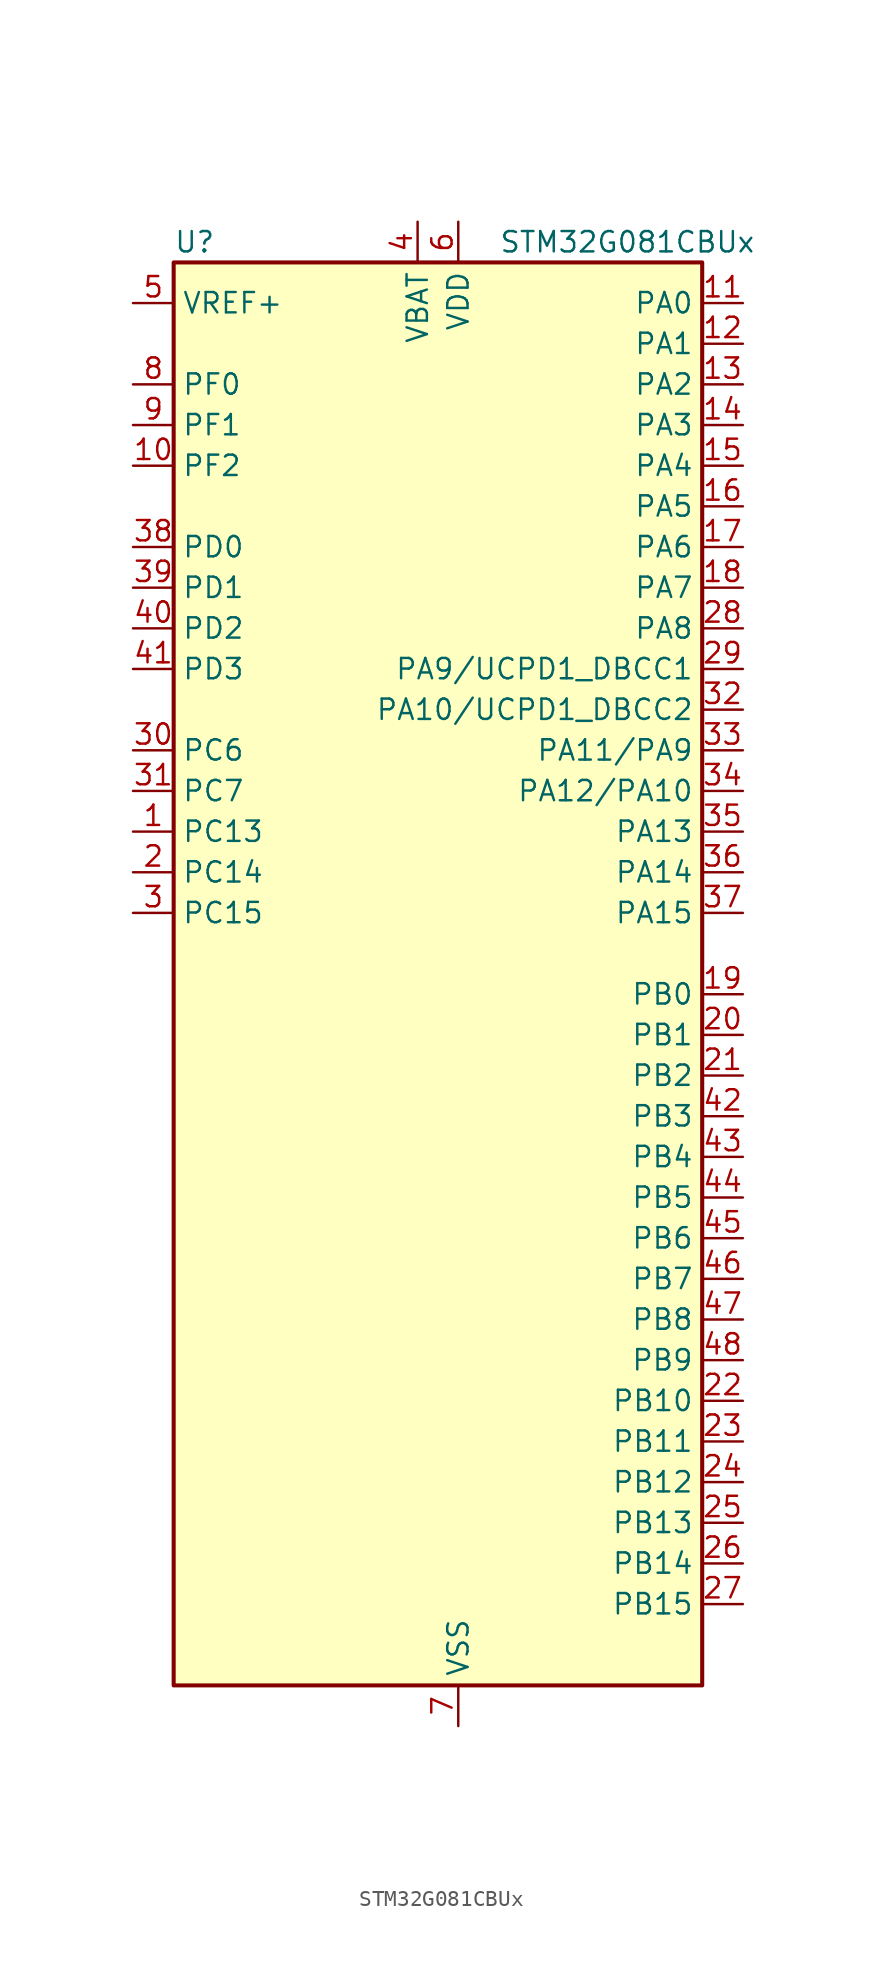
<source format=kicad_sym>
(kicad_symbol_lib
  (version 20211014)
  (generator kicad-library-utils)
  (symbol "STM32G081CBUx"
    (property "Reference" "U"
      (at -15.24 46.99 0)
      (effects (font (size 1.27 1.27)) (justify left)))
    (property "Value" "STM32G081CBUx"
      (at 5.08 46.99 0)
      (effects (font (size 1.27 1.27)) (justify left)))
    (property "ki_fp_filters" "QFN*1EP*7x7mm*P0.5mm*"
      (at 0.0 0.0 0.0)
      (effects (font (size 1.27 1.27))))
    (symbol "STM32G081CBUx_0_1"
      (rectangle (start -15.24 -43.18) (end 17.78 45.72) (stroke (width 0.254)) (fill (type background))))
    (symbol "STM32G081CBUx_1_1"
      (pin input line (at -17.78 43.18 0) (length 2.54) (name "VREF+" (effects (font (size 1.27 1.27)))) (number "5" (effects (font (size 1.27 1.27)))) (alternate "VREFBUF_OUT" bidirectional line))
      (pin bidirectional line (at -17.78 38.1 0) (length 2.54) (name "PF0" (effects (font (size 1.27 1.27)))) (number "8" (effects (font (size 1.27 1.27)))) (alternate "RCC_OSC_IN" bidirectional line) (alternate "TIM14_CH1" bidirectional line))
      (pin bidirectional line (at -17.78 35.56 0) (length 2.54) (name "PF1" (effects (font (size 1.27 1.27)))) (number "9" (effects (font (size 1.27 1.27)))) (alternate "RCC_OSC_EN" bidirectional line) (alternate "RCC_OSC_OUT" bidirectional line) (alternate "TIM15_CH1N" bidirectional line))
      (pin bidirectional line (at -17.78 33.02 0) (length 2.54) (name "PF2" (effects (font (size 1.27 1.27)))) (number "10" (effects (font (size 1.27 1.27)))) (alternate "RCC_MCO" bidirectional line))
      (pin bidirectional line (at -17.78 27.94 0) (length 2.54) (name "PD0" (effects (font (size 1.27 1.27)))) (number "38" (effects (font (size 1.27 1.27)))) (alternate "SPI2_NSS" bidirectional line) (alternate "TIM16_CH1" bidirectional line) (alternate "UCPD2_CC1" bidirectional line))
      (pin bidirectional line (at -17.78 25.4 0) (length 2.54) (name "PD1" (effects (font (size 1.27 1.27)))) (number "39" (effects (font (size 1.27 1.27)))) (alternate "SPI2_SCK" bidirectional line) (alternate "TIM17_CH1" bidirectional line) (alternate "UCPD2_DBCC1" bidirectional line))
      (pin bidirectional line (at -17.78 22.86 0) (length 2.54) (name "PD2" (effects (font (size 1.27 1.27)))) (number "40" (effects (font (size 1.27 1.27)))) (alternate "TIM1_CH1N" bidirectional line) (alternate "TIM3_ETR" bidirectional line) (alternate "UCPD2_CC2" bidirectional line) (alternate "USART3_CK" bidirectional line) (alternate "USART3_DE" bidirectional line) (alternate "USART3_RTS" bidirectional line))
      (pin bidirectional line (at -17.78 20.32 0) (length 2.54) (name "PD3" (effects (font (size 1.27 1.27)))) (number "41" (effects (font (size 1.27 1.27)))) (alternate "SPI2_MISO" bidirectional line) (alternate "TIM1_CH2N" bidirectional line) (alternate "UCPD2_DBCC2" bidirectional line) (alternate "USART2_CTS" bidirectional line) (alternate "USART2_NSS" bidirectional line))
      (pin bidirectional line (at -17.78 15.24 0) (length 2.54) (name "PC6" (effects (font (size 1.27 1.27)))) (number "30" (effects (font (size 1.27 1.27)))) (alternate "TIM2_CH3" bidirectional line) (alternate "TIM3_CH1" bidirectional line) (alternate "UCPD1_FRSTX1" bidirectional line) (alternate "UCPD1_FRSTX2" bidirectional line))
      (pin bidirectional line (at -17.78 12.7 0) (length 2.54) (name "PC7" (effects (font (size 1.27 1.27)))) (number "31" (effects (font (size 1.27 1.27)))) (alternate "TIM2_CH4" bidirectional line) (alternate "TIM3_CH2" bidirectional line) (alternate "UCPD2_FRSTX1" bidirectional line) (alternate "UCPD2_FRSTX2" bidirectional line))
      (pin bidirectional line (at -17.78 10.16 0) (length 2.54) (name "PC13" (effects (font (size 1.27 1.27)))) (number "1" (effects (font (size 1.27 1.27)))) (alternate "RTC_OUT_ALARM" bidirectional line) (alternate "RTC_OUT_CALIB" bidirectional line) (alternate "RTC_TAMP_IN1" bidirectional line) (alternate "RTC_TS" bidirectional line) (alternate "SYS_WKUP2" bidirectional line) (alternate "TIM1_BK" bidirectional line))
      (pin bidirectional line (at -17.78 7.62 0) (length 2.54) (name "PC14" (effects (font (size 1.27 1.27)))) (number "2" (effects (font (size 1.27 1.27)))) (alternate "RCC_OSC32_IN" bidirectional line) (alternate "TIM1_BK2" bidirectional line))
      (pin bidirectional line (at -17.78 5.08 0) (length 2.54) (name "PC15" (effects (font (size 1.27 1.27)))) (number "3" (effects (font (size 1.27 1.27)))) (alternate "RCC_OSC32_EN" bidirectional line) (alternate "RCC_OSC32_OUT" bidirectional line) (alternate "RCC_OSC_EN" bidirectional line) (alternate "TIM15_BK" bidirectional line))
      (pin bidirectional line (at 20.32 43.18 180) (length 2.54) (name "PA0" (effects (font (size 1.27 1.27)))) (number "11" (effects (font (size 1.27 1.27)))) (alternate "ADC1_IN0" bidirectional line) (alternate "COMP1_INM" bidirectional line) (alternate "COMP1_OUT" bidirectional line) (alternate "LPTIM1_OUT" bidirectional line) (alternate "RTC_TAMP_IN2" bidirectional line) (alternate "SPI2_SCK" bidirectional line) (alternate "SYS_WKUP1" bidirectional line) (alternate "TIM2_CH1" bidirectional line) (alternate "TIM2_ETR" bidirectional line) (alternate "UCPD2_FRSTX1" bidirectional line) (alternate "UCPD2_FRSTX2" bidirectional line) (alternate "USART2_CTS" bidirectional line) (alternate "USART2_NSS" bidirectional line) (alternate "USART4_TX" bidirectional line))
      (pin bidirectional line (at 20.32 40.64 180) (length 2.54) (name "PA1" (effects (font (size 1.27 1.27)))) (number "12" (effects (font (size 1.27 1.27)))) (alternate "ADC1_IN1" bidirectional line) (alternate "COMP1_INP" bidirectional line) (alternate "I2C1_SMBA" bidirectional line) (alternate "I2S1_CK" bidirectional line) (alternate "SPI1_SCK" bidirectional line) (alternate "TIM15_CH1N" bidirectional line) (alternate "TIM2_CH2" bidirectional line) (alternate "USART2_CK" bidirectional line) (alternate "USART2_DE" bidirectional line) (alternate "USART2_RTS" bidirectional line) (alternate "USART4_RX" bidirectional line))
      (pin bidirectional line (at 20.32 38.1 180) (length 2.54) (name "PA2" (effects (font (size 1.27 1.27)))) (number "13" (effects (font (size 1.27 1.27)))) (alternate "ADC1_IN2" bidirectional line) (alternate "COMP2_INM" bidirectional line) (alternate "COMP2_OUT" bidirectional line) (alternate "I2S1_SD" bidirectional line) (alternate "LPUART1_TX" bidirectional line) (alternate "RCC_LSCO" bidirectional line) (alternate "SPI1_MOSI" bidirectional line) (alternate "SYS_WKUP4" bidirectional line) (alternate "TIM15_CH1" bidirectional line) (alternate "TIM2_CH3" bidirectional line) (alternate "UCPD1_FRSTX1" bidirectional line) (alternate "UCPD1_FRSTX2" bidirectional line) (alternate "USART2_TX" bidirectional line))
      (pin bidirectional line (at 20.32 35.56 180) (length 2.54) (name "PA3" (effects (font (size 1.27 1.27)))) (number "14" (effects (font (size 1.27 1.27)))) (alternate "ADC1_IN3" bidirectional line) (alternate "COMP2_INP" bidirectional line) (alternate "LPUART1_RX" bidirectional line) (alternate "SPI2_MISO" bidirectional line) (alternate "TIM15_CH2" bidirectional line) (alternate "TIM2_CH4" bidirectional line) (alternate "UCPD2_FRSTX1" bidirectional line) (alternate "UCPD2_FRSTX2" bidirectional line) (alternate "USART2_RX" bidirectional line))
      (pin bidirectional line (at 20.32 33.02 180) (length 2.54) (name "PA4" (effects (font (size 1.27 1.27)))) (number "15" (effects (font (size 1.27 1.27)))) (alternate "ADC1_IN4" bidirectional line) (alternate "DAC1_OUT1" bidirectional line) (alternate "I2S1_WS" bidirectional line) (alternate "LPTIM2_OUT" bidirectional line) (alternate "RTC_OUT_ALARM" bidirectional line) (alternate "RTC_OUT_CALIB" bidirectional line) (alternate "SPI1_NSS" bidirectional line) (alternate "SPI2_MOSI" bidirectional line) (alternate "TIM14_CH1" bidirectional line) (alternate "UCPD2_FRSTX1" bidirectional line) (alternate "UCPD2_FRSTX2" bidirectional line))
      (pin bidirectional line (at 20.32 30.48 180) (length 2.54) (name "PA5" (effects (font (size 1.27 1.27)))) (number "16" (effects (font (size 1.27 1.27)))) (alternate "ADC1_IN5" bidirectional line) (alternate "CEC" bidirectional line) (alternate "DAC1_OUT2" bidirectional line) (alternate "I2S1_CK" bidirectional line) (alternate "LPTIM2_ETR" bidirectional line) (alternate "SPI1_SCK" bidirectional line) (alternate "TIM2_CH1" bidirectional line) (alternate "TIM2_ETR" bidirectional line) (alternate "UCPD1_FRSTX1" bidirectional line) (alternate "UCPD1_FRSTX2" bidirectional line) (alternate "USART3_TX" bidirectional line))
      (pin bidirectional line (at 20.32 27.94 180) (length 2.54) (name "PA6" (effects (font (size 1.27 1.27)))) (number "17" (effects (font (size 1.27 1.27)))) (alternate "ADC1_IN6" bidirectional line) (alternate "COMP1_OUT" bidirectional line) (alternate "I2S1_MCK" bidirectional line) (alternate "LPUART1_CTS" bidirectional line) (alternate "SPI1_MISO" bidirectional line) (alternate "TIM16_CH1" bidirectional line) (alternate "TIM1_BK" bidirectional line) (alternate "TIM3_CH1" bidirectional line) (alternate "USART3_CTS" bidirectional line) (alternate "USART3_NSS" bidirectional line))
      (pin bidirectional line (at 20.32 25.4 180) (length 2.54) (name "PA7" (effects (font (size 1.27 1.27)))) (number "18" (effects (font (size 1.27 1.27)))) (alternate "ADC1_IN7" bidirectional line) (alternate "COMP2_OUT" bidirectional line) (alternate "I2S1_SD" bidirectional line) (alternate "SPI1_MOSI" bidirectional line) (alternate "TIM14_CH1" bidirectional line) (alternate "TIM17_CH1" bidirectional line) (alternate "TIM1_CH1N" bidirectional line) (alternate "TIM3_CH2" bidirectional line) (alternate "UCPD1_FRSTX1" bidirectional line) (alternate "UCPD1_FRSTX2" bidirectional line))
      (pin bidirectional line (at 20.32 22.86 180) (length 2.54) (name "PA8" (effects (font (size 1.27 1.27)))) (number "28" (effects (font (size 1.27 1.27)))) (alternate "LPTIM2_OUT" bidirectional line) (alternate "RCC_MCO" bidirectional line) (alternate "SPI2_NSS" bidirectional line) (alternate "TIM1_CH1" bidirectional line) (alternate "UCPD1_CC1" bidirectional line))
      (pin bidirectional line (at 20.32 20.32 180) (length 2.54) (name "PA9/UCPD1_DBCC1" (effects (font (size 1.27 1.27)))) (number "29" (effects (font (size 1.27 1.27)))) (alternate "DAC1_EXTI9" bidirectional line) (alternate "I2C1_SCL" bidirectional line) (alternate "RCC_MCO" bidirectional line) (alternate "SPI2_MISO" bidirectional line) (alternate "TIM15_BK" bidirectional line) (alternate "TIM1_CH2" bidirectional line) (alternate "UCPD1_DBCC1" bidirectional line) (alternate "USART1_TX" bidirectional line))
      (pin bidirectional line (at 20.32 17.78 180) (length 2.54) (name "PA10/UCPD1_DBCC2" (effects (font (size 1.27 1.27)))) (number "32" (effects (font (size 1.27 1.27)))) (alternate "I2C1_SDA" bidirectional line) (alternate "SPI2_MOSI" bidirectional line) (alternate "TIM17_BK" bidirectional line) (alternate "TIM1_CH3" bidirectional line) (alternate "UCPD1_DBCC2" bidirectional line) (alternate "USART1_RX" bidirectional line))
      (pin bidirectional line (at 20.32 15.24 180) (length 2.54) (name "PA11/PA9" (effects (font (size 1.27 1.27)))) (number "33" (effects (font (size 1.27 1.27)))) (alternate "ADC1_EXTI11" bidirectional line) (alternate "COMP1_OUT" bidirectional line) (alternate "I2C2_SCL" bidirectional line) (alternate "I2S1_MCK" bidirectional line) (alternate "SPI1_MISO" bidirectional line) (alternate "TIM1_BK2" bidirectional line) (alternate "TIM1_CH4" bidirectional line) (alternate "USART1_CTS" bidirectional line) (alternate "USART1_NSS" bidirectional line))
      (pin bidirectional line (at 20.32 12.7 180) (length 2.54) (name "PA12/PA10" (effects (font (size 1.27 1.27)))) (number "34" (effects (font (size 1.27 1.27)))) (alternate "COMP2_OUT" bidirectional line) (alternate "I2C2_SDA" bidirectional line) (alternate "I2S1_SD" bidirectional line) (alternate "I2S_CKIN" bidirectional line) (alternate "SPI1_MOSI" bidirectional line) (alternate "TIM1_ETR" bidirectional line) (alternate "USART1_CK" bidirectional line) (alternate "USART1_DE" bidirectional line) (alternate "USART1_RTS" bidirectional line))
      (pin bidirectional line (at 20.32 10.16 180) (length 2.54) (name "PA13" (effects (font (size 1.27 1.27)))) (number "35" (effects (font (size 1.27 1.27)))) (alternate "IR_OUT" bidirectional line) (alternate "SYS_SWDIO" bidirectional line))
      (pin bidirectional line (at 20.32 7.62 180) (length 2.54) (name "PA14" (effects (font (size 1.27 1.27)))) (number "36" (effects (font (size 1.27 1.27)))) (alternate "SYS_SWCLK" bidirectional line) (alternate "USART2_TX" bidirectional line))
      (pin bidirectional line (at 20.32 5.08 180) (length 2.54) (name "PA15" (effects (font (size 1.27 1.27)))) (number "37" (effects (font (size 1.27 1.27)))) (alternate "I2S1_WS" bidirectional line) (alternate "SPI1_NSS" bidirectional line) (alternate "TIM2_CH1" bidirectional line) (alternate "TIM2_ETR" bidirectional line) (alternate "USART2_RX" bidirectional line) (alternate "USART3_CK" bidirectional line) (alternate "USART3_DE" bidirectional line) (alternate "USART3_RTS" bidirectional line) (alternate "USART4_CK" bidirectional line) (alternate "USART4_DE" bidirectional line) (alternate "USART4_RTS" bidirectional line))
      (pin bidirectional line (at 20.32 0.0 180) (length 2.54) (name "PB0" (effects (font (size 1.27 1.27)))) (number "19" (effects (font (size 1.27 1.27)))) (alternate "ADC1_IN8" bidirectional line) (alternate "COMP1_OUT" bidirectional line) (alternate "I2S1_WS" bidirectional line) (alternate "LPTIM1_OUT" bidirectional line) (alternate "SPI1_NSS" bidirectional line) (alternate "TIM1_CH2N" bidirectional line) (alternate "TIM3_CH3" bidirectional line) (alternate "UCPD1_FRSTX1" bidirectional line) (alternate "UCPD1_FRSTX2" bidirectional line) (alternate "USART3_RX" bidirectional line))
      (pin bidirectional line (at 20.32 -2.54 180) (length 2.54) (name "PB1" (effects (font (size 1.27 1.27)))) (number "20" (effects (font (size 1.27 1.27)))) (alternate "ADC1_IN9" bidirectional line) (alternate "COMP1_INM" bidirectional line) (alternate "LPTIM2_IN1" bidirectional line) (alternate "LPUART1_DE" bidirectional line) (alternate "LPUART1_RTS" bidirectional line) (alternate "TIM14_CH1" bidirectional line) (alternate "TIM1_CH3N" bidirectional line) (alternate "TIM3_CH4" bidirectional line) (alternate "USART3_CK" bidirectional line) (alternate "USART3_DE" bidirectional line) (alternate "USART3_RTS" bidirectional line))
      (pin bidirectional line (at 20.32 -5.08 180) (length 2.54) (name "PB2" (effects (font (size 1.27 1.27)))) (number "21" (effects (font (size 1.27 1.27)))) (alternate "ADC1_IN10" bidirectional line) (alternate "COMP1_INP" bidirectional line) (alternate "LPTIM1_OUT" bidirectional line) (alternate "SPI2_MISO" bidirectional line) (alternate "USART3_TX" bidirectional line))
      (pin bidirectional line (at 20.32 -7.62 180) (length 2.54) (name "PB3" (effects (font (size 1.27 1.27)))) (number "42" (effects (font (size 1.27 1.27)))) (alternate "COMP2_INM" bidirectional line) (alternate "I2S1_CK" bidirectional line) (alternate "SPI1_SCK" bidirectional line) (alternate "TIM1_CH2" bidirectional line) (alternate "TIM2_CH2" bidirectional line) (alternate "USART1_CK" bidirectional line) (alternate "USART1_DE" bidirectional line) (alternate "USART1_RTS" bidirectional line))
      (pin bidirectional line (at 20.32 -10.16 180) (length 2.54) (name "PB4" (effects (font (size 1.27 1.27)))) (number "43" (effects (font (size 1.27 1.27)))) (alternate "COMP2_INP" bidirectional line) (alternate "I2S1_MCK" bidirectional line) (alternate "SPI1_MISO" bidirectional line) (alternate "TIM17_BK" bidirectional line) (alternate "TIM3_CH1" bidirectional line) (alternate "USART1_CTS" bidirectional line) (alternate "USART1_NSS" bidirectional line))
      (pin bidirectional line (at 20.32 -12.7 180) (length 2.54) (name "PB5" (effects (font (size 1.27 1.27)))) (number "44" (effects (font (size 1.27 1.27)))) (alternate "COMP2_OUT" bidirectional line) (alternate "I2C1_SMBA" bidirectional line) (alternate "I2S1_SD" bidirectional line) (alternate "LPTIM1_IN1" bidirectional line) (alternate "SPI1_MOSI" bidirectional line) (alternate "SYS_WKUP6" bidirectional line) (alternate "TIM16_BK" bidirectional line) (alternate "TIM3_CH2" bidirectional line))
      (pin bidirectional line (at 20.32 -15.24 180) (length 2.54) (name "PB6" (effects (font (size 1.27 1.27)))) (number "45" (effects (font (size 1.27 1.27)))) (alternate "COMP2_INP" bidirectional line) (alternate "I2C1_SCL" bidirectional line) (alternate "LPTIM1_ETR" bidirectional line) (alternate "SPI2_MISO" bidirectional line) (alternate "TIM16_CH1N" bidirectional line) (alternate "TIM1_CH3" bidirectional line) (alternate "USART1_TX" bidirectional line))
      (pin bidirectional line (at 20.32 -17.78 180) (length 2.54) (name "PB7" (effects (font (size 1.27 1.27)))) (number "46" (effects (font (size 1.27 1.27)))) (alternate "COMP2_INM" bidirectional line) (alternate "I2C1_SDA" bidirectional line) (alternate "LPTIM1_IN2" bidirectional line) (alternate "SPI2_MOSI" bidirectional line) (alternate "SYS_PVD_IN" bidirectional line) (alternate "TIM17_CH1N" bidirectional line) (alternate "USART1_RX" bidirectional line) (alternate "USART4_CTS" bidirectional line) (alternate "USART4_NSS" bidirectional line))
      (pin bidirectional line (at 20.32 -20.32 180) (length 2.54) (name "PB8" (effects (font (size 1.27 1.27)))) (number "47" (effects (font (size 1.27 1.27)))) (alternate "CEC" bidirectional line) (alternate "I2C1_SCL" bidirectional line) (alternate "SPI2_SCK" bidirectional line) (alternate "TIM15_BK" bidirectional line) (alternate "TIM16_CH1" bidirectional line) (alternate "USART3_TX" bidirectional line))
      (pin bidirectional line (at 20.32 -22.86 180) (length 2.54) (name "PB9" (effects (font (size 1.27 1.27)))) (number "48" (effects (font (size 1.27 1.27)))) (alternate "DAC1_EXTI9" bidirectional line) (alternate "I2C1_SDA" bidirectional line) (alternate "IR_OUT" bidirectional line) (alternate "SPI2_NSS" bidirectional line) (alternate "TIM17_CH1" bidirectional line) (alternate "UCPD2_FRSTX1" bidirectional line) (alternate "UCPD2_FRSTX2" bidirectional line) (alternate "USART3_RX" bidirectional line))
      (pin bidirectional line (at 20.32 -25.4 180) (length 2.54) (name "PB10" (effects (font (size 1.27 1.27)))) (number "22" (effects (font (size 1.27 1.27)))) (alternate "ADC1_IN11" bidirectional line) (alternate "CEC" bidirectional line) (alternate "COMP1_OUT" bidirectional line) (alternate "I2C2_SCL" bidirectional line) (alternate "LPUART1_RX" bidirectional line) (alternate "SPI2_SCK" bidirectional line) (alternate "TIM2_CH3" bidirectional line) (alternate "USART3_TX" bidirectional line))
      (pin bidirectional line (at 20.32 -27.94 180) (length 2.54) (name "PB11" (effects (font (size 1.27 1.27)))) (number "23" (effects (font (size 1.27 1.27)))) (alternate "ADC1_EXTI11" bidirectional line) (alternate "ADC1_IN15" bidirectional line) (alternate "COMP2_OUT" bidirectional line) (alternate "I2C2_SDA" bidirectional line) (alternate "LPUART1_TX" bidirectional line) (alternate "SPI2_MOSI" bidirectional line) (alternate "TIM2_CH4" bidirectional line) (alternate "USART3_RX" bidirectional line))
      (pin bidirectional line (at 20.32 -30.48 180) (length 2.54) (name "PB12" (effects (font (size 1.27 1.27)))) (number "24" (effects (font (size 1.27 1.27)))) (alternate "ADC1_IN16" bidirectional line) (alternate "LPUART1_DE" bidirectional line) (alternate "LPUART1_RTS" bidirectional line) (alternate "SPI2_NSS" bidirectional line) (alternate "TIM15_BK" bidirectional line) (alternate "TIM1_BK" bidirectional line) (alternate "UCPD2_FRSTX1" bidirectional line) (alternate "UCPD2_FRSTX2" bidirectional line))
      (pin bidirectional line (at 20.32 -33.02 180) (length 2.54) (name "PB13" (effects (font (size 1.27 1.27)))) (number "25" (effects (font (size 1.27 1.27)))) (alternate "I2C2_SCL" bidirectional line) (alternate "LPUART1_CTS" bidirectional line) (alternate "SPI2_SCK" bidirectional line) (alternate "TIM15_CH1N" bidirectional line) (alternate "TIM1_CH1N" bidirectional line) (alternate "USART3_CTS" bidirectional line) (alternate "USART3_NSS" bidirectional line))
      (pin bidirectional line (at 20.32 -35.56 180) (length 2.54) (name "PB14" (effects (font (size 1.27 1.27)))) (number "26" (effects (font (size 1.27 1.27)))) (alternate "I2C2_SDA" bidirectional line) (alternate "SPI2_MISO" bidirectional line) (alternate "TIM15_CH1" bidirectional line) (alternate "TIM1_CH2N" bidirectional line) (alternate "UCPD1_FRSTX1" bidirectional line) (alternate "UCPD1_FRSTX2" bidirectional line) (alternate "USART3_CK" bidirectional line) (alternate "USART3_DE" bidirectional line) (alternate "USART3_RTS" bidirectional line))
      (pin bidirectional line (at 20.32 -38.1 180) (length 2.54) (name "PB15" (effects (font (size 1.27 1.27)))) (number "27" (effects (font (size 1.27 1.27)))) (alternate "RTC_REFIN" bidirectional line) (alternate "SPI2_MOSI" bidirectional line) (alternate "TIM15_CH1N" bidirectional line) (alternate "TIM15_CH2" bidirectional line) (alternate "TIM1_CH3N" bidirectional line) (alternate "UCPD1_CC2" bidirectional line))
      (pin power_in line (at 0.0 48.26 270) (length 2.54) (name "VBAT" (effects (font (size 1.27 1.27)))) (number "4" (effects (font (size 1.27 1.27)))))
      (pin power_in line (at 2.54 48.26 270) (length 2.54) (name "VDD" (effects (font (size 1.27 1.27)))) (number "6" (effects (font (size 1.27 1.27)))))
      (pin power_in line (at 2.54 -45.72 90) (length 2.54) (name "VSS" (effects (font (size 1.27 1.27)))) (number "7" (effects (font (size 1.27 1.27)))))
      (pin passive line (at 2.54 -45.72 90) (length 2.54) hide (name "VSS" (effects (font (size 1.27 1.27)))) (number "49" (effects (font (size 1.27 1.27))))))))
</source>
